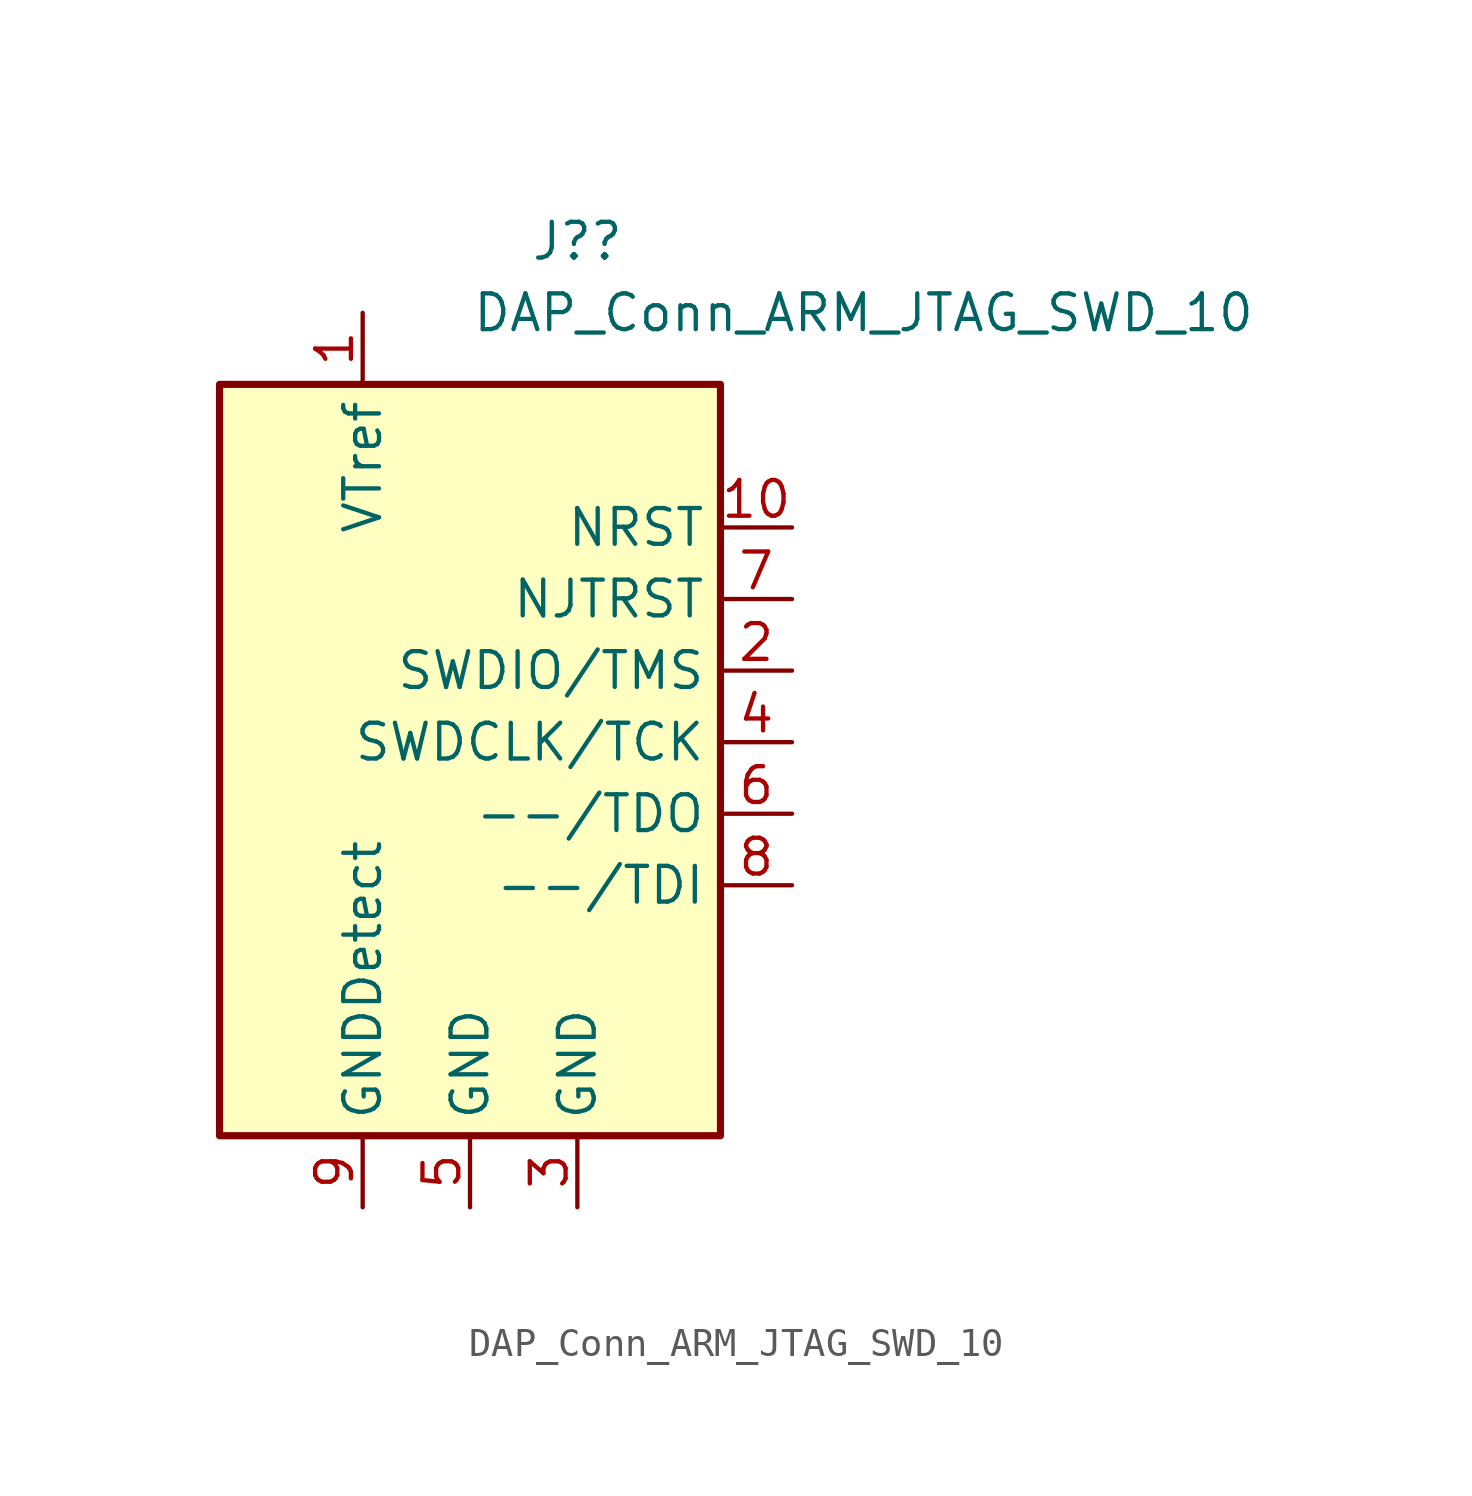
<source format=kicad_sym>
(kicad_symbol_lib
  (version 20211014)
  (generator kicad_symbol_editor)
  (symbol "DAP_Conn_ARM_JTAG_SWD_10"
    (property "Reference" "J?"
      (at 3.81 17.78 0)
      (effects (font (size 1.27 1.27))))
    (property "Value" "DAP_Conn_ARM_JTAG_SWD_10"
      (at 13.97 15.24 0)
      (effects (font (size 1.27 1.27))))
    (symbol "DAP_Conn_ARM_JTAG_SWD_10_0_1"
      (rectangle (start -8.89 12.7) (end 8.89 -13.97) (stroke (width 0.254) (type default) (color 0 0 0 0)) (fill (type background))))
    (symbol "DAP_Conn_ARM_JTAG_SWD_10_1_1"
      (pin power_in line (at -3.81 15.24 270) (length 2.54) (name "VTref" (effects (font (size 1.27 1.27)))) (number "1" (effects (font (size 1.27 1.27)))))
      (pin open_collector line (at 11.43 7.62 180) (length 2.54) (name "NRST" (effects (font (size 1.27 1.27)))) (number "10" (effects (font (size 1.27 1.27)))))
      (pin bidirectional line (at 11.43 2.54 180) (length 2.54) (name "SWDIO/TMS" (effects (font (size 1.27 1.27)))) (number "2" (effects (font (size 1.27 1.27)))))
      (pin power_in line (at 3.81 -16.51 90) (length 2.54) (name "GND" (effects (font (size 1.27 1.27)))) (number "3" (effects (font (size 1.27 1.27)))))
      (pin output line (at 11.43 0 180) (length 2.54) (name "SWDCLK/TCK" (effects (font (size 1.27 1.27)))) (number "4" (effects (font (size 1.27 1.27)))))
      (pin passive line (at 0 -16.51 90) (length 2.54) (name "GND" (effects (font (size 1.27 1.27)))) (number "5" (effects (font (size 1.27 1.27)))))
      (pin input line (at 11.43 -2.54 180) (length 2.54) (name "--/TDO" (effects (font (size 1.27 1.27)))) (number "6" (effects (font (size 1.27 1.27)))))
      (pin passive line (at 11.43 5.08 180) (length 2.54) (name "NJTRST" (effects (font (size 1.27 1.27)))) (number "7" (effects (font (size 1.27 1.27)))))
      (pin output line (at 11.43 -5.08 180) (length 2.54) (name "--/TDI" (effects (font (size 1.27 1.27)))) (number "8" (effects (font (size 1.27 1.27)))))
      (pin passive line (at -3.81 -16.51 90) (length 2.54) (name "GNDDetect" (effects (font (size 1.27 1.27)))) (number "9" (effects (font (size 1.27 1.27))))))))
</source>
